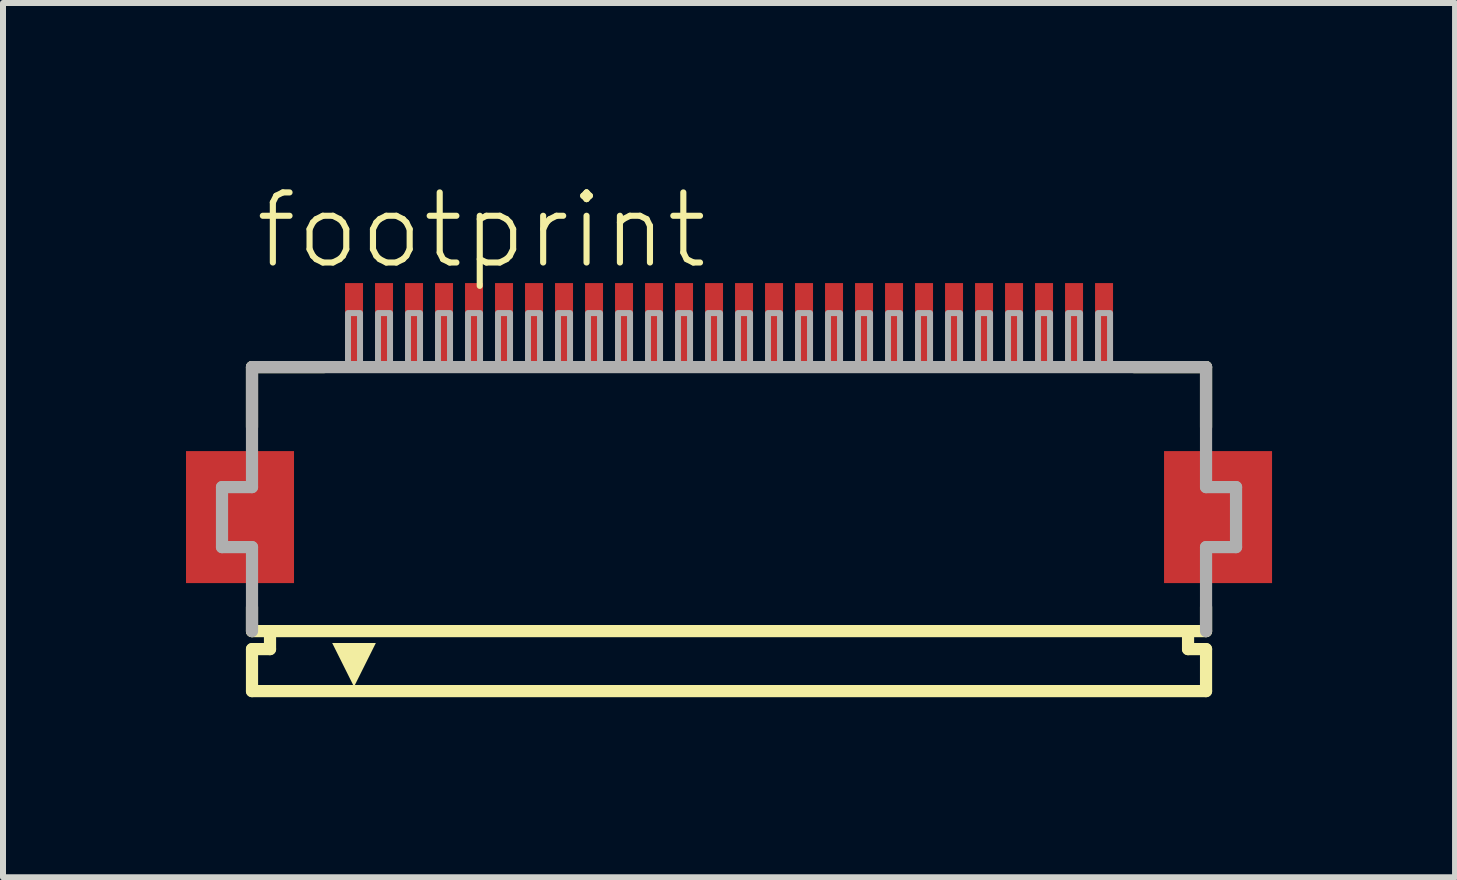
<source format=kicad_pcb>
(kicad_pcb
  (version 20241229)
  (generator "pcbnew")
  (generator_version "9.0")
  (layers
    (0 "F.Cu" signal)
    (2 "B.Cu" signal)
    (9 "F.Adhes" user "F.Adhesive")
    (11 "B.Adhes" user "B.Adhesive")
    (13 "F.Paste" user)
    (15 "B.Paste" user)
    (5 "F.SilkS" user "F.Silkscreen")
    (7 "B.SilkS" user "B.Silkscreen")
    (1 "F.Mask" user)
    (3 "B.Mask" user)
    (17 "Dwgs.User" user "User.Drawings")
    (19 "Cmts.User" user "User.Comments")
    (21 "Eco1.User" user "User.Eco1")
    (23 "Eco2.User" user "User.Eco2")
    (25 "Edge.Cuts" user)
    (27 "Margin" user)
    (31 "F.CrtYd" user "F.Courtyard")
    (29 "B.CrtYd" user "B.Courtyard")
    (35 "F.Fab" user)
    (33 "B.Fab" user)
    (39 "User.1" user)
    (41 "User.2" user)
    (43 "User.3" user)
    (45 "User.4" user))
  (footprint "footprint"
    (layer "F.Cu")
    (at 9.1 5.568)
    (property "Reference" "footprint" (at -7.948 -4.095 0) (layer "F.SilkS") (effects (font (size 1.168 1.168) (thickness 0.102)) (justify left bottom)))
    (fp_poly (pts (xy -7.25 -1.1) (xy -9.05 -1.1) (xy -9.05 1.1) (xy -7.25 1.1)) (stroke (width 0) (type solid)) (fill yes) (layer "F.Cu"))
    (fp_poly (pts (xy 9.05 -1.1) (xy 7.25 -1.1) (xy 7.25 1.1) (xy 9.05 1.1)) (stroke (width 0) (type solid)) (fill yes) (layer "F.Cu"))
    (fp_poly (pts (xy -7.2 -1.175) (xy -9.1 -1.175) (xy -9.1 1.175) (xy -7.2 1.175)) (stroke (width 0) (type solid)) (fill yes) (layer "F.Mask"))
    (fp_poly (pts (xy -6.45 -2.55) (xy -6.05 -2.55) (xy -6.05 -3.95) (xy -6.45 -3.95)) (stroke (width 0) (type solid)) (fill yes) (layer "F.Mask"))
    (fp_poly (pts (xy -5.95 -2.55) (xy -5.55 -2.55) (xy -5.55 -3.95) (xy -5.95 -3.95)) (stroke (width 0) (type solid)) (fill yes) (layer "F.Mask"))
    (fp_poly (pts (xy -5.45 -2.55) (xy -5.05 -2.55) (xy -5.05 -3.95) (xy -5.45 -3.95)) (stroke (width 0) (type solid)) (fill yes) (layer "F.Mask"))
    (fp_poly (pts (xy -4.95 -2.55) (xy -4.55 -2.55) (xy -4.55 -3.95) (xy -4.95 -3.95)) (stroke (width 0) (type solid)) (fill yes) (layer "F.Mask"))
    (fp_poly (pts (xy -4.45 -2.55) (xy -4.05 -2.55) (xy -4.05 -3.95) (xy -4.45 -3.95)) (stroke (width 0) (type solid)) (fill yes) (layer "F.Mask"))
    (fp_poly (pts (xy -3.95 -2.55) (xy -3.55 -2.55) (xy -3.55 -3.95) (xy -3.95 -3.95)) (stroke (width 0) (type solid)) (fill yes) (layer "F.Mask"))
    (fp_poly (pts (xy -3.45 -2.55) (xy -3.05 -2.55) (xy -3.05 -3.95) (xy -3.45 -3.95)) (stroke (width 0) (type solid)) (fill yes) (layer "F.Mask"))
    (fp_poly (pts (xy -2.95 -2.55) (xy -2.55 -2.55) (xy -2.55 -3.95) (xy -2.95 -3.95)) (stroke (width 0) (type solid)) (fill yes) (layer "F.Mask"))
    (fp_poly (pts (xy -2.45 -2.55) (xy -2.05 -2.55) (xy -2.05 -3.95) (xy -2.45 -3.95)) (stroke (width 0) (type solid)) (fill yes) (layer "F.Mask"))
    (fp_poly (pts (xy -1.95 -2.55) (xy -1.55 -2.55) (xy -1.55 -3.95) (xy -1.95 -3.95)) (stroke (width 0) (type solid)) (fill yes) (layer "F.Mask"))
    (fp_poly (pts (xy -1.45 -2.55) (xy -1.05 -2.55) (xy -1.05 -3.95) (xy -1.45 -3.95)) (stroke (width 0) (type solid)) (fill yes) (layer "F.Mask"))
    (fp_poly (pts (xy -0.95 -2.55) (xy -0.55 -2.55) (xy -0.55 -3.95) (xy -0.95 -3.95)) (stroke (width 0) (type solid)) (fill yes) (layer "F.Mask"))
    (fp_poly (pts (xy -0.45 -2.55) (xy -0.05 -2.55) (xy -0.05 -3.95) (xy -0.45 -3.95)) (stroke (width 0) (type solid)) (fill yes) (layer "F.Mask"))
    (fp_poly (pts (xy 0.05 -2.55) (xy 0.45 -2.55) (xy 0.45 -3.95) (xy 0.05 -3.95)) (stroke (width 0) (type solid)) (fill yes) (layer "F.Mask"))
    (fp_poly (pts (xy 0.55 -2.55) (xy 0.95 -2.55) (xy 0.95 -3.95) (xy 0.55 -3.95)) (stroke (width 0) (type solid)) (fill yes) (layer "F.Mask"))
    (fp_poly (pts (xy 1.05 -2.55) (xy 1.45 -2.55) (xy 1.45 -3.95) (xy 1.05 -3.95)) (stroke (width 0) (type solid)) (fill yes) (layer "F.Mask"))
    (fp_poly (pts (xy 1.55 -2.55) (xy 1.95 -2.55) (xy 1.95 -3.95) (xy 1.55 -3.95)) (stroke (width 0) (type solid)) (fill yes) (layer "F.Mask"))
    (fp_poly (pts (xy 2.05 -2.55) (xy 2.45 -2.55) (xy 2.45 -3.95) (xy 2.05 -3.95)) (stroke (width 0) (type solid)) (fill yes) (layer "F.Mask"))
    (fp_poly (pts (xy 2.55 -2.55) (xy 2.95 -2.55) (xy 2.95 -3.95) (xy 2.55 -3.95)) (stroke (width 0) (type solid)) (fill yes) (layer "F.Mask"))
    (fp_poly (pts (xy 3.05 -2.55) (xy 3.45 -2.55) (xy 3.45 -3.95) (xy 3.05 -3.95)) (stroke (width 0) (type solid)) (fill yes) (layer "F.Mask"))
    (fp_poly (pts (xy 3.55 -2.55) (xy 3.95 -2.55) (xy 3.95 -3.95) (xy 3.55 -3.95)) (stroke (width 0) (type solid)) (fill yes) (layer "F.Mask"))
    (fp_poly (pts (xy 4.05 -2.55) (xy 4.45 -2.55) (xy 4.45 -3.95) (xy 4.05 -3.95)) (stroke (width 0) (type solid)) (fill yes) (layer "F.Mask"))
    (fp_poly (pts (xy 4.55 -2.55) (xy 4.95 -2.55) (xy 4.95 -3.95) (xy 4.55 -3.95)) (stroke (width 0) (type solid)) (fill yes) (layer "F.Mask"))
    (fp_poly (pts (xy 5.05 -2.55) (xy 5.45 -2.55) (xy 5.45 -3.95) (xy 5.05 -3.95)) (stroke (width 0) (type solid)) (fill yes) (layer "F.Mask"))
    (fp_poly (pts (xy 5.55 -2.55) (xy 5.95 -2.55) (xy 5.95 -3.95) (xy 5.55 -3.95)) (stroke (width 0) (type solid)) (fill yes) (layer "F.Mask"))
    (fp_poly (pts (xy 6.05 -2.55) (xy 6.45 -2.55) (xy 6.45 -3.95) (xy 6.05 -3.95)) (stroke (width 0) (type solid)) (fill yes) (layer "F.Mask"))
    (fp_poly (pts (xy 9.1 -1.175) (xy 7.2 -1.175) (xy 7.2 1.175) (xy 9.1 1.175)) (stroke (width 0) (type solid)) (fill yes) (layer "F.Mask"))
    (fp_line (start -7.95 -2.5) (end -7.95 -1.5) (stroke (width 0.203) (type solid)) (layer "F.SilkS"))
    (fp_line (start -7.95 1.5) (end -7.95 1.9) (stroke (width 0.203) (type solid)) (layer "F.SilkS"))
    (fp_line (start -7.95 1.9) (end -7.65 1.9) (stroke (width 0.203) (type solid)) (layer "F.SilkS"))
    (fp_line (start -7.95 2.2) (end -7.95 2.9) (stroke (width 0.203) (type solid)) (layer "F.SilkS"))
    (fp_line (start -7.65 1.9) (end -7.65 2.2) (stroke (width 0.203) (type solid)) (layer "F.SilkS"))
    (fp_line (start -7.65 2.2) (end -7.95 2.2) (stroke (width 0.203) (type solid)) (layer "F.SilkS"))
    (fp_line (start -6.75 -2.5) (end -7.95 -2.5) (stroke (width 0.203) (type solid)) (layer "F.SilkS"))
    (fp_line (start 7.65 1.9) (end -7.65 1.9) (stroke (width 0.203) (type solid)) (layer "F.SilkS"))
    (fp_line (start 7.65 1.9) (end 7.95 1.9) (stroke (width 0.203) (type solid)) (layer "F.SilkS"))
    (fp_line (start 7.65 2.2) (end 7.65 1.9) (stroke (width 0.203) (type solid)) (layer "F.SilkS"))
    (fp_line (start 7.95 -2.5) (end 6.75 -2.5) (stroke (width 0.203) (type solid)) (layer "F.SilkS"))
    (fp_line (start 7.95 -1.5) (end 7.95 -2.5) (stroke (width 0.203) (type solid)) (layer "F.SilkS"))
    (fp_line (start 7.95 1.9) (end 7.95 1.5) (stroke (width 0.203) (type solid)) (layer "F.SilkS"))
    (fp_line (start 7.95 2.2) (end 7.65 2.2) (stroke (width 0.203) (type solid)) (layer "F.SilkS"))
    (fp_line (start 7.95 2.9) (end -7.95 2.9) (stroke (width 0.203) (type solid)) (layer "F.SilkS"))
    (fp_line (start 7.95 2.9) (end 7.95 2.2) (stroke (width 0.203) (type solid)) (layer "F.SilkS"))
    (fp_poly (pts (xy -6.25 2.827) (xy -6.614 2.098) (xy -5.886 2.098)) (stroke (width 0) (type solid)) (fill yes) (layer "F.SilkS"))
    (fp_poly (pts (xy -7.325 -1.025) (xy -8.975 -1.025) (xy -8.975 1.025) (xy -7.325 1.025)) (stroke (width 0) (type solid)) (fill yes) (layer "F.Paste"))
    (fp_poly (pts (xy -6.375 -2.625) (xy -6.125 -2.625) (xy -6.125 -3.875) (xy -6.375 -3.875)) (stroke (width 0) (type solid)) (fill yes) (layer "F.Paste"))
    (fp_poly (pts (xy -5.875 -2.625) (xy -5.625 -2.625) (xy -5.625 -3.875) (xy -5.875 -3.875)) (stroke (width 0) (type solid)) (fill yes) (layer "F.Paste"))
    (fp_poly (pts (xy -5.375 -2.625) (xy -5.125 -2.625) (xy -5.125 -3.875) (xy -5.375 -3.875)) (stroke (width 0) (type solid)) (fill yes) (layer "F.Paste"))
    (fp_poly (pts (xy -4.875 -2.625) (xy -4.625 -2.625) (xy -4.625 -3.875) (xy -4.875 -3.875)) (stroke (width 0) (type solid)) (fill yes) (layer "F.Paste"))
    (fp_poly (pts (xy -4.375 -2.625) (xy -4.125 -2.625) (xy -4.125 -3.875) (xy -4.375 -3.875)) (stroke (width 0) (type solid)) (fill yes) (layer "F.Paste"))
    (fp_poly (pts (xy -3.875 -2.625) (xy -3.625 -2.625) (xy -3.625 -3.875) (xy -3.875 -3.875)) (stroke (width 0) (type solid)) (fill yes) (layer "F.Paste"))
    (fp_poly (pts (xy -3.375 -2.625) (xy -3.125 -2.625) (xy -3.125 -3.875) (xy -3.375 -3.875)) (stroke (width 0) (type solid)) (fill yes) (layer "F.Paste"))
    (fp_poly (pts (xy -2.875 -2.625) (xy -2.625 -2.625) (xy -2.625 -3.875) (xy -2.875 -3.875)) (stroke (width 0) (type solid)) (fill yes) (layer "F.Paste"))
    (fp_poly (pts (xy -2.375 -2.625) (xy -2.125 -2.625) (xy -2.125 -3.875) (xy -2.375 -3.875)) (stroke (width 0) (type solid)) (fill yes) (layer "F.Paste"))
    (fp_poly (pts (xy -1.875 -2.625) (xy -1.625 -2.625) (xy -1.625 -3.875) (xy -1.875 -3.875)) (stroke (width 0) (type solid)) (fill yes) (layer "F.Paste"))
    (fp_poly (pts (xy -1.375 -2.625) (xy -1.125 -2.625) (xy -1.125 -3.875) (xy -1.375 -3.875)) (stroke (width 0) (type solid)) (fill yes) (layer "F.Paste"))
    (fp_poly (pts (xy -0.875 -2.625) (xy -0.625 -2.625) (xy -0.625 -3.875) (xy -0.875 -3.875)) (stroke (width 0) (type solid)) (fill yes) (layer "F.Paste"))
    (fp_poly (pts (xy -0.375 -2.625) (xy -0.125 -2.625) (xy -0.125 -3.875) (xy -0.375 -3.875)) (stroke (width 0) (type solid)) (fill yes) (layer "F.Paste"))
    (fp_poly (pts (xy 0.125 -2.625) (xy 0.375 -2.625) (xy 0.375 -3.875) (xy 0.125 -3.875)) (stroke (width 0) (type solid)) (fill yes) (layer "F.Paste"))
    (fp_poly (pts (xy 0.625 -2.625) (xy 0.875 -2.625) (xy 0.875 -3.875) (xy 0.625 -3.875)) (stroke (width 0) (type solid)) (fill yes) (layer "F.Paste"))
    (fp_poly (pts (xy 1.125 -2.625) (xy 1.375 -2.625) (xy 1.375 -3.875) (xy 1.125 -3.875)) (stroke (width 0) (type solid)) (fill yes) (layer "F.Paste"))
    (fp_poly (pts (xy 1.625 -2.625) (xy 1.875 -2.625) (xy 1.875 -3.875) (xy 1.625 -3.875)) (stroke (width 0) (type solid)) (fill yes) (layer "F.Paste"))
    (fp_poly (pts (xy 2.125 -2.625) (xy 2.375 -2.625) (xy 2.375 -3.875) (xy 2.125 -3.875)) (stroke (width 0) (type solid)) (fill yes) (layer "F.Paste"))
    (fp_poly (pts (xy 2.625 -2.625) (xy 2.875 -2.625) (xy 2.875 -3.875) (xy 2.625 -3.875)) (stroke (width 0) (type solid)) (fill yes) (layer "F.Paste"))
    (fp_poly (pts (xy 3.125 -2.625) (xy 3.375 -2.625) (xy 3.375 -3.875) (xy 3.125 -3.875)) (stroke (width 0) (type solid)) (fill yes) (layer "F.Paste"))
    (fp_poly (pts (xy 3.625 -2.625) (xy 3.875 -2.625) (xy 3.875 -3.875) (xy 3.625 -3.875)) (stroke (width 0) (type solid)) (fill yes) (layer "F.Paste"))
    (fp_poly (pts (xy 4.125 -2.625) (xy 4.375 -2.625) (xy 4.375 -3.875) (xy 4.125 -3.875)) (stroke (width 0) (type solid)) (fill yes) (layer "F.Paste"))
    (fp_poly (pts (xy 4.625 -2.625) (xy 4.875 -2.625) (xy 4.875 -3.875) (xy 4.625 -3.875)) (stroke (width 0) (type solid)) (fill yes) (layer "F.Paste"))
    (fp_poly (pts (xy 5.125 -2.625) (xy 5.375 -2.625) (xy 5.375 -3.875) (xy 5.125 -3.875)) (stroke (width 0) (type solid)) (fill yes) (layer "F.Paste"))
    (fp_poly (pts (xy 5.625 -2.625) (xy 5.875 -2.625) (xy 5.875 -3.875) (xy 5.625 -3.875)) (stroke (width 0) (type solid)) (fill yes) (layer "F.Paste"))
    (fp_poly (pts (xy 6.125 -2.625) (xy 6.375 -2.625) (xy 6.375 -3.875) (xy 6.125 -3.875)) (stroke (width 0) (type solid)) (fill yes) (layer "F.Paste"))
    (fp_poly (pts (xy 8.975 -1.025) (xy 7.325 -1.025) (xy 7.325 1.025) (xy 8.975 1.025)) (stroke (width 0) (type solid)) (fill yes) (layer "F.Paste"))
    (fp_line (start -8.45 -0.5) (end -8.45 0.5) (stroke (width 0.203) (type solid)) (layer "F.Fab"))
    (fp_line (start -8.45 0.5) (end -7.95 0.5) (stroke (width 0.203) (type solid)) (layer "F.Fab"))
    (fp_line (start -7.95 -2.5) (end -7.95 -0.5) (stroke (width 0.203) (type solid)) (layer "F.Fab"))
    (fp_line (start -7.95 -0.5) (end -8.45 -0.5) (stroke (width 0.203) (type solid)) (layer "F.Fab"))
    (fp_line (start -7.95 0.5) (end -7.95 1.9) (stroke (width 0.203) (type solid)) (layer "F.Fab"))
    (fp_line (start 7.95 -2.5) (end -7.95 -2.5) (stroke (width 0.203) (type solid)) (layer "F.Fab"))
    (fp_line (start 7.95 -0.5) (end 7.95 -2.5) (stroke (width 0.203) (type solid)) (layer "F.Fab"))
    (fp_line (start 7.95 0.5) (end 8.45 0.5) (stroke (width 0.203) (type solid)) (layer "F.Fab"))
    (fp_line (start 7.95 1.9) (end 7.95 0.5) (stroke (width 0.203) (type solid)) (layer "F.Fab"))
    (fp_line (start 8.45 -0.5) (end 7.95 -0.5) (stroke (width 0.203) (type solid)) (layer "F.Fab"))
    (fp_line (start 8.45 0.5) (end 8.45 -0.5) (stroke (width 0.203) (type solid)) (layer "F.Fab"))
    (fp_poly (pts (xy -6.35 -2.55) (xy -6.15 -2.55) (xy -6.15 -3.4) (xy -6.35 -3.4)) (stroke (width 0.1) (type solid)) (fill no) (layer "F.Fab"))
    (fp_poly (pts (xy -5.85 -2.55) (xy -5.65 -2.55) (xy -5.65 -3.4) (xy -5.85 -3.4)) (stroke (width 0.1) (type solid)) (fill no) (layer "F.Fab"))
    (fp_poly (pts (xy -5.35 -2.55) (xy -5.15 -2.55) (xy -5.15 -3.4) (xy -5.35 -3.4)) (stroke (width 0.1) (type solid)) (fill no) (layer "F.Fab"))
    (fp_poly (pts (xy -4.85 -2.55) (xy -4.65 -2.55) (xy -4.65 -3.4) (xy -4.85 -3.4)) (stroke (width 0.1) (type solid)) (fill no) (layer "F.Fab"))
    (fp_poly (pts (xy -4.35 -2.55) (xy -4.15 -2.55) (xy -4.15 -3.4) (xy -4.35 -3.4)) (stroke (width 0.1) (type solid)) (fill no) (layer "F.Fab"))
    (fp_poly (pts (xy -3.85 -2.55) (xy -3.65 -2.55) (xy -3.65 -3.4) (xy -3.85 -3.4)) (stroke (width 0.1) (type solid)) (fill no) (layer "F.Fab"))
    (fp_poly (pts (xy -3.35 -2.55) (xy -3.15 -2.55) (xy -3.15 -3.4) (xy -3.35 -3.4)) (stroke (width 0.1) (type solid)) (fill no) (layer "F.Fab"))
    (fp_poly (pts (xy -2.85 -2.55) (xy -2.65 -2.55) (xy -2.65 -3.4) (xy -2.85 -3.4)) (stroke (width 0.1) (type solid)) (fill no) (layer "F.Fab"))
    (fp_poly (pts (xy -2.35 -2.55) (xy -2.15 -2.55) (xy -2.15 -3.4) (xy -2.35 -3.4)) (stroke (width 0.1) (type solid)) (fill no) (layer "F.Fab"))
    (fp_poly (pts (xy -1.85 -2.55) (xy -1.65 -2.55) (xy -1.65 -3.4) (xy -1.85 -3.4)) (stroke (width 0.1) (type solid)) (fill no) (layer "F.Fab"))
    (fp_poly (pts (xy -1.35 -2.55) (xy -1.15 -2.55) (xy -1.15 -3.4) (xy -1.35 -3.4)) (stroke (width 0.1) (type solid)) (fill no) (layer "F.Fab"))
    (fp_poly (pts (xy -0.85 -2.55) (xy -0.65 -2.55) (xy -0.65 -3.4) (xy -0.85 -3.4)) (stroke (width 0.1) (type solid)) (fill no) (layer "F.Fab"))
    (fp_poly (pts (xy -0.35 -2.55) (xy -0.15 -2.55) (xy -0.15 -3.4) (xy -0.35 -3.4)) (stroke (width 0.1) (type solid)) (fill no) (layer "F.Fab"))
    (fp_poly (pts (xy 0.15 -2.55) (xy 0.35 -2.55) (xy 0.35 -3.4) (xy 0.15 -3.4)) (stroke (width 0.1) (type solid)) (fill no) (layer "F.Fab"))
    (fp_poly (pts (xy 0.65 -2.55) (xy 0.85 -2.55) (xy 0.85 -3.4) (xy 0.65 -3.4)) (stroke (width 0.1) (type solid)) (fill no) (layer "F.Fab"))
    (fp_poly (pts (xy 1.15 -2.55) (xy 1.35 -2.55) (xy 1.35 -3.4) (xy 1.15 -3.4)) (stroke (width 0.1) (type solid)) (fill no) (layer "F.Fab"))
    (fp_poly (pts (xy 1.65 -2.55) (xy 1.85 -2.55) (xy 1.85 -3.4) (xy 1.65 -3.4)) (stroke (width 0.1) (type solid)) (fill no) (layer "F.Fab"))
    (fp_poly (pts (xy 2.15 -2.55) (xy 2.35 -2.55) (xy 2.35 -3.4) (xy 2.15 -3.4)) (stroke (width 0.1) (type solid)) (fill no) (layer "F.Fab"))
    (fp_poly (pts (xy 2.65 -2.55) (xy 2.85 -2.55) (xy 2.85 -3.4) (xy 2.65 -3.4)) (stroke (width 0.1) (type solid)) (fill no) (layer "F.Fab"))
    (fp_poly (pts (xy 3.15 -2.55) (xy 3.35 -2.55) (xy 3.35 -3.4) (xy 3.15 -3.4)) (stroke (width 0.1) (type solid)) (fill no) (layer "F.Fab"))
    (fp_poly (pts (xy 3.65 -2.55) (xy 3.85 -2.55) (xy 3.85 -3.4) (xy 3.65 -3.4)) (stroke (width 0.1) (type solid)) (fill no) (layer "F.Fab"))
    (fp_poly (pts (xy 4.15 -2.55) (xy 4.35 -2.55) (xy 4.35 -3.4) (xy 4.15 -3.4)) (stroke (width 0.1) (type solid)) (fill no) (layer "F.Fab"))
    (fp_poly (pts (xy 4.65 -2.55) (xy 4.85 -2.55) (xy 4.85 -3.4) (xy 4.65 -3.4)) (stroke (width 0.1) (type solid)) (fill no) (layer "F.Fab"))
    (fp_poly (pts (xy 5.15 -2.55) (xy 5.35 -2.55) (xy 5.35 -3.4) (xy 5.15 -3.4)) (stroke (width 0.1) (type solid)) (fill no) (layer "F.Fab"))
    (fp_poly (pts (xy 5.65 -2.55) (xy 5.85 -2.55) (xy 5.85 -3.4) (xy 5.65 -3.4)) (stroke (width 0.1) (type solid)) (fill no) (layer "F.Fab"))
    (fp_poly (pts (xy 6.15 -2.55) (xy 6.35 -2.55) (xy 6.35 -3.4) (xy 6.15 -3.4)) (stroke (width 0.1) (type solid)) (fill no) (layer "F.Fab"))
    (pad "1" smd rect (at -6.25 -3.25) (size 0.3 1.3) (layers "F.Cu"))
    (pad "2" smd rect (at -5.75 -3.25) (size 0.3 1.3) (layers "F.Cu"))
    (pad "3" smd rect (at -5.25 -3.25) (size 0.3 1.3) (layers "F.Cu"))
    (pad "4" smd rect (at -4.75 -3.25) (size 0.3 1.3) (layers "F.Cu"))
    (pad "5" smd rect (at -4.25 -3.25) (size 0.3 1.3) (layers "F.Cu"))
    (pad "6" smd rect (at -3.75 -3.25) (size 0.3 1.3) (layers "F.Cu"))
    (pad "7" smd rect (at -3.25 -3.25) (size 0.3 1.3) (layers "F.Cu"))
    (pad "8" smd rect (at -2.75 -3.25) (size 0.3 1.3) (layers "F.Cu"))
    (pad "9" smd rect (at -2.25 -3.25) (size 0.3 1.3) (layers "F.Cu"))
    (pad "10" smd rect (at -1.75 -3.25) (size 0.3 1.3) (layers "F.Cu"))
    (pad "11" smd rect (at -1.25 -3.25) (size 0.3 1.3) (layers "F.Cu"))
    (pad "12" smd rect (at -0.75 -3.25) (size 0.3 1.3) (layers "F.Cu"))
    (pad "13" smd rect (at -0.25 -3.25) (size 0.3 1.3) (layers "F.Cu"))
    (pad "14" smd rect (at 0.25 -3.25) (size 0.3 1.3) (layers "F.Cu"))
    (pad "15" smd rect (at 0.75 -3.25) (size 0.3 1.3) (layers "F.Cu"))
    (pad "16" smd rect (at 1.25 -3.25) (size 0.3 1.3) (layers "F.Cu"))
    (pad "17" smd rect (at 1.75 -3.25) (size 0.3 1.3) (layers "F.Cu"))
    (pad "18" smd rect (at 2.25 -3.25) (size 0.3 1.3) (layers "F.Cu"))
    (pad "19" smd rect (at 2.75 -3.25) (size 0.3 1.3) (layers "F.Cu"))
    (pad "20" smd rect (at 3.25 -3.25) (size 0.3 1.3) (layers "F.Cu"))
    (pad "21" smd rect (at 3.75 -3.25) (size 0.3 1.3) (layers "F.Cu"))
    (pad "22" smd rect (at 4.25 -3.25) (size 0.3 1.3) (layers "F.Cu"))
    (pad "23" smd rect (at 4.75 -3.25) (size 0.3 1.3) (layers "F.Cu"))
    (pad "24" smd rect (at 5.25 -3.25) (size 0.3 1.3) (layers "F.Cu"))
    (pad "25" smd rect (at 5.75 -3.25) (size 0.3 1.3) (layers "F.Cu"))
    (pad "26" smd rect (at 6.25 -3.25) (size 0.3 1.3) (layers "F.Cu")))
  (gr_rect
    (start -3 -3)
    (end 21.2 11.57)
    (stroke (width 0.1) (type default))
    (fill no)
    (layer "Edge.Cuts")))
</source>
